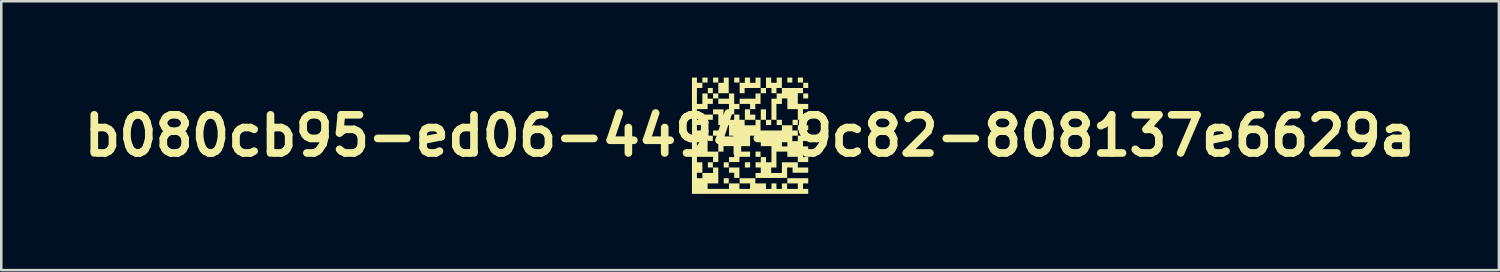
<source format=kicad_pcb>
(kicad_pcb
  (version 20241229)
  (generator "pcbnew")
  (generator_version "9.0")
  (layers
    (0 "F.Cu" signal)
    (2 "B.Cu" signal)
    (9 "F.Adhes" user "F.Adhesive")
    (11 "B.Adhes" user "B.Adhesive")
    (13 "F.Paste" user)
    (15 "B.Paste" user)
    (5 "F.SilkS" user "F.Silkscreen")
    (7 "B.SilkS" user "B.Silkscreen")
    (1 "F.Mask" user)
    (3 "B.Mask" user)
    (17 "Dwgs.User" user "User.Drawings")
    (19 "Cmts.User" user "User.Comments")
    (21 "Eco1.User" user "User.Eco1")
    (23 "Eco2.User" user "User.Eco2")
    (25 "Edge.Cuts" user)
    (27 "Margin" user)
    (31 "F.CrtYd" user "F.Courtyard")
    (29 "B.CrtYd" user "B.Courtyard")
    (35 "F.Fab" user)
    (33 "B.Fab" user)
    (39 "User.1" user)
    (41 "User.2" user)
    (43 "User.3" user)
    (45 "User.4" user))
  (footprint "b080cb95-ed06-4494-9c82-808137e6629a"
    (layer "F.Cu")
    (at 26.443 2.286)
    (property "Reference" "b080cb95-ed06-4494-9c82-808137e6629a" (at 0 0 0) (layer "F.SilkS") (effects (font (size 1.5 1.5) (thickness 0.3))))
    (attr board_only exclude_from_pos_files exclude_from_bom)
    (fp_poly (pts (xy -1.671 -2.188) (xy -1.671 -2.091) (xy -1.773 -2.091) (xy -1.876 -2.091) (xy -1.876 -2.188) (xy -1.876 -2.286) (xy -1.773 -2.286) (xy -1.671 -2.286)) (stroke (width 0) (type solid)) (fill yes) (layer "F.SilkS"))
    (fp_poly (pts (xy -1.671 -0.313) (xy -1.671 -0.215) (xy -1.773 -0.215) (xy -1.876 -0.215) (xy -1.876 -0.313) (xy -1.876 -0.41) (xy -1.773 -0.41) (xy -1.671 -0.41)) (stroke (width 0) (type solid)) (fill yes) (layer "F.SilkS"))
    (fp_poly (pts (xy -1.465 -1.773) (xy -1.465 -1.671) (xy -1.563 -1.671) (xy -1.661 -1.671) (xy -1.661 -1.773) (xy -1.661 -1.876) (xy -1.563 -1.876) (xy -1.465 -1.876)) (stroke (width 0) (type solid)) (fill yes) (layer "F.SilkS"))
    (fp_poly (pts (xy -1.465 0.103) (xy -1.465 0.205) (xy -1.563 0.205) (xy -1.661 0.205) (xy -1.661 0.103) (xy -1.661 0) (xy -1.563 0) (xy -1.465 0)) (stroke (width 0) (type solid)) (fill yes) (layer "F.SilkS"))
    (fp_poly (pts (xy -1.465 1.148) (xy -1.465 1.25) (xy -1.563 1.25) (xy -1.661 1.25) (xy -1.661 1.148) (xy -1.661 1.045) (xy -1.563 1.045) (xy -1.465 1.045)) (stroke (width 0) (type solid)) (fill yes) (layer "F.SilkS"))
    (fp_poly (pts (xy -1.25 -2.188) (xy -1.25 -2.091) (xy -1.353 -2.091) (xy -1.456 -2.091) (xy -1.456 -2.188) (xy -1.456 -2.286) (xy -1.353 -2.286) (xy -1.25 -2.286)) (stroke (width 0) (type solid)) (fill yes) (layer "F.SilkS"))
    (fp_poly (pts (xy -1.25 -1.563) (xy -1.25 -1.465) (xy -1.353 -1.465) (xy -1.456 -1.465) (xy -1.456 -1.563) (xy -1.456 -1.661) (xy -1.353 -1.661) (xy -1.25 -1.661)) (stroke (width 0) (type solid)) (fill yes) (layer "F.SilkS"))
    (fp_poly (pts (xy -0.84 1.148) (xy -0.84 1.25) (xy -0.938 1.25) (xy -1.036 1.25) (xy -1.036 1.148) (xy -1.036 1.045) (xy -0.938 1.045) (xy -0.84 1.045)) (stroke (width 0) (type solid)) (fill yes) (layer "F.SilkS"))
    (fp_poly (pts (xy -0.84 1.773) (xy -0.84 1.876) (xy -0.938 1.876) (xy -1.036 1.876) (xy -1.036 1.773) (xy -1.036 1.671) (xy -0.938 1.671) (xy -0.84 1.671)) (stroke (width 0) (type solid)) (fill yes) (layer "F.SilkS"))
    (fp_poly (pts (xy -0.42 -2.188) (xy -0.42 -2.091) (xy -0.523 -2.091) (xy -0.625 -2.091) (xy -0.625 -2.188) (xy -0.625 -2.286) (xy -0.523 -2.286) (xy -0.42 -2.286)) (stroke (width 0) (type solid)) (fill yes) (layer "F.SilkS"))
    (fp_poly (pts (xy 0 1.148) (xy 0 1.25) (xy -0.103 1.25) (xy -0.205 1.25) (xy -0.205 1.148) (xy -0.205 1.045) (xy -0.103 1.045) (xy 0 1.045)) (stroke (width 0) (type solid)) (fill yes) (layer "F.SilkS"))
    (fp_poly (pts (xy 0.41 0.728) (xy 0.41 0.83) (xy 0.313 0.83) (xy 0.215 0.83) (xy 0.215 0.728) (xy 0.215 0.625) (xy 0.313 0.625) (xy 0.41 0.625)) (stroke (width 0) (type solid)) (fill yes) (layer "F.SilkS"))
    (fp_poly (pts (xy 0.625 -0.83) (xy 0.625 -0.625) (xy 0.523 -0.625) (xy 0.42 -0.625) (xy 0.42 -0.83) (xy 0.42 -1.036) (xy 0.523 -1.036) (xy 0.625 -1.036)) (stroke (width 0) (type solid)) (fill yes) (layer "F.SilkS"))
    (fp_poly (pts (xy 0.83 -0.523) (xy 0.83 -0.42) (xy 0.728 -0.42) (xy 0.625 -0.42) (xy 0.625 -0.523) (xy 0.625 -0.625) (xy 0.728 -0.625) (xy 0.83 -0.625)) (stroke (width 0) (type solid)) (fill yes) (layer "F.SilkS"))
    (fp_poly (pts (xy 1.25 -0.523) (xy 1.25 -0.42) (xy 1.148 -0.42) (xy 1.045 -0.42) (xy 1.045 -0.523) (xy 1.045 -0.625) (xy 1.148 -0.625) (xy 1.25 -0.625)) (stroke (width 0) (type solid)) (fill yes) (layer "F.SilkS"))
    (fp_poly (pts (xy 1.661 -2.188) (xy 1.661 -2.091) (xy 1.563 -2.091) (xy 1.465 -2.091) (xy 1.465 -2.188) (xy 1.465 -2.286) (xy 1.563 -2.286) (xy 1.661 -2.286)) (stroke (width 0) (type solid)) (fill yes) (layer "F.SilkS"))
    (fp_poly (pts (xy 2.081 -2.188) (xy 2.081 -2.091) (xy 1.978 -2.091) (xy 1.876 -2.091) (xy 1.876 -2.188) (xy 1.876 -2.286) (xy 1.978 -2.286) (xy 2.081 -2.286)) (stroke (width 0) (type solid)) (fill yes) (layer "F.SilkS"))
    (fp_poly (pts (xy 2.286 -1.978) (xy 2.286 -1.876) (xy 2.188 -1.876) (xy 2.091 -1.876) (xy 2.091 -1.978) (xy 2.091 -2.081) (xy 2.188 -2.081) (xy 2.286 -2.081)) (stroke (width 0) (type solid)) (fill yes) (layer "F.SilkS"))
    (fp_poly (pts (xy 2.286 -1.563) (xy 2.286 -1.465) (xy 2.188 -1.465) (xy 2.091 -1.465) (xy 2.091 -1.563) (xy 2.091 -1.661) (xy 2.188 -1.661) (xy 2.286 -1.661)) (stroke (width 0) (type solid)) (fill yes) (layer "F.SilkS"))
    (fp_poly (pts (xy 2.286 -0.313) (xy 2.286 -0.215) (xy 2.081 -0.215) (xy 1.876 -0.215) (xy 1.876 -0.313) (xy 1.876 -0.41) (xy 2.081 -0.41) (xy 2.286 -0.41)) (stroke (width 0) (type solid)) (fill yes) (layer "F.SilkS"))
    (fp_poly (pts (xy -0.84 -1.978) (xy -0.84 -1.671) (xy -1.045 -1.671) (xy -1.25 -1.671) (xy -1.25 -1.876) (xy -1.25 -2.081) (xy -1.143 -2.081) (xy -1.036 -2.081) (xy -1.036 -2.183) (xy -1.036 -2.286) (xy -0.938 -2.286) (xy -0.84 -2.286)) (stroke (width 0) (type solid)) (fill yes) (layer "F.SilkS"))
    (fp_poly (pts (xy -0.42 1.456) (xy -0.42 1.661) (xy -0.523 1.661) (xy -0.625 1.661) (xy -0.625 1.558) (xy -0.625 1.456) (xy -0.728 1.456) (xy -0.83 1.456) (xy -0.83 1.353) (xy -0.83 1.25) (xy -0.625 1.25) (xy -0.42 1.25)) (stroke (width 0) (type solid)) (fill yes) (layer "F.SilkS"))
    (fp_poly (pts (xy 0 -0.933) (xy 0 -0.83) (xy 0.103 -0.83) (xy 0.205 -0.83) (xy 0.205 -0.728) (xy 0.205 -0.625) (xy 0 -0.625) (xy -0.205 -0.625) (xy -0.205 -0.83) (xy -0.205 -1.036) (xy -0.103 -1.036) (xy 0 -1.036)) (stroke (width 0) (type solid)) (fill yes) (layer "F.SilkS"))
    (fp_poly (pts (xy 0 0.728) (xy 0 0.83) (xy -0.21 0.83) (xy -0.42 0.83) (xy -0.42 0.933) (xy -0.42 1.036) (xy -0.625 1.036) (xy -0.83 1.036) (xy -0.83 0.938) (xy -0.83 0.84) (xy -0.728 0.84) (xy -0.625 0.84) (xy -0.625 0.733) (xy -0.625 0.625) (xy -0.313 0.625) (xy 0 0.625)) (stroke (width 0) (type solid)) (fill yes) (layer "F.SilkS"))
    (fp_poly (pts (xy 0.41 -1.456) (xy 0.41 -1.25) (xy 0.308 -1.25) (xy 0.205 -1.25) (xy 0.205 -1.148) (xy 0.205 -1.045) (xy 0.103 -1.045) (xy 0 -1.045) (xy 0 -1.148) (xy 0 -1.25) (xy -0.205 -1.25) (xy -0.41 -1.25) (xy -0.41 -1.353) (xy -0.41 -1.456) (xy -0.098 -1.456) (xy 0.215 -1.456) (xy 0.215 -1.558) (xy 0.215 -1.661) (xy 0.313 -1.661) (xy 0.41 -1.661)) (stroke (width 0) (type solid)) (fill yes) (layer "F.SilkS"))
    (fp_poly (pts (xy -0.625 -1.456) (xy -0.625 -1.25) (xy -0.523 -1.25) (xy -0.42 -1.25) (xy -0.42 -1.148) (xy -0.42 -1.045) (xy -0.523 -1.045) (xy -0.625 -1.045) (xy -0.625 -0.943) (xy -0.625 -0.84) (xy -0.728 -0.84) (xy -0.83 -0.84) (xy -0.83 -1.045) (xy -0.83 -1.25) (xy -1.04 -1.25) (xy -1.25 -1.25) (xy -1.25 -1.353) (xy -1.25 -1.456) (xy -1.04 -1.456) (xy -0.83 -1.456) (xy -0.83 -1.558) (xy -0.83 -1.661) (xy -0.728 -1.661) (xy -0.625 -1.661)) (stroke (width 0) (type solid)) (fill yes) (layer "F.SilkS"))
    (fp_poly (pts (xy 0 -2.183) (xy 0 -2.081) (xy 0.107 -2.081) (xy 0.215 -2.081) (xy 0.215 -2.183) (xy 0.215 -2.286) (xy 0.313 -2.286) (xy 0.41 -2.286) (xy 0.41 -2.081) (xy 0.41 -1.876) (xy 0.098 -1.876) (xy -0.215 -1.876) (xy -0.215 -1.773) (xy -0.215 -1.671) (xy -0.313 -1.671) (xy -0.41 -1.671) (xy -0.41 -1.876) (xy -0.41 -2.081) (xy -0.308 -2.081) (xy -0.205 -2.081) (xy -0.205 -2.183) (xy -0.205 -2.286) (xy -0.103 -2.286) (xy 0 -2.286)) (stroke (width 0) (type solid)) (fill yes) (layer "F.SilkS"))
    (fp_poly (pts (xy 0.83 -2.183) (xy 0.83 -2.081) (xy 0.938 -2.081) (xy 1.045 -2.081) (xy 1.045 -2.183) (xy 1.045 -2.286) (xy 1.148 -2.286) (xy 1.25 -2.286) (xy 1.25 -2.081) (xy 1.25 -1.876) (xy 1.143 -1.876) (xy 1.036 -1.876) (xy 1.036 -1.773) (xy 1.036 -1.671) (xy 0.938 -1.671) (xy 0.84 -1.671) (xy 0.84 -1.773) (xy 0.84 -1.876) (xy 0.733 -1.876) (xy 0.625 -1.876) (xy 0.625 -1.773) (xy 0.625 -1.671) (xy 0.523 -1.671) (xy 0.42 -1.671) (xy 0.42 -1.773) (xy 0.42 -1.876) (xy 0.523 -1.876) (xy 0.625 -1.876) (xy 0.625 -2.081) (xy 0.625 -2.286) (xy 0.728 -2.286) (xy 0.83 -2.286)) (stroke (width 0) (type solid)) (fill yes) (layer "F.SilkS"))
    (fp_poly (pts (xy 2.081 -1.773) (xy 2.081 -1.671) (xy 1.978 -1.671) (xy 1.876 -1.671) (xy 1.876 -1.46) (xy 1.876 -1.25) (xy 2.081 -1.25) (xy 2.286 -1.25) (xy 2.286 -1.148) (xy 2.286 -1.045) (xy 2.183 -1.045) (xy 2.081 -1.045) (xy 2.081 -0.938) (xy 2.081 -0.83) (xy 2.183 -0.83) (xy 2.286 -0.83) (xy 2.286 -0.728) (xy 2.286 -0.625) (xy 2.081 -0.625) (xy 1.876 -0.625) (xy 1.876 -0.523) (xy 1.876 -0.42) (xy 1.773 -0.42) (xy 1.671 -0.42) (xy 1.671 -0.523) (xy 1.671 -0.625) (xy 1.773 -0.625) (xy 1.876 -0.625) (xy 1.876 -0.835) (xy 1.876 -1.045) (xy 1.671 -1.045) (xy 1.465 -1.045) (xy 1.465 -1.255) (xy 1.465 -1.465) (xy 1.358 -1.465) (xy 1.25 -1.465) (xy 1.25 -1.358) (xy 1.25 -1.25) (xy 1.143 -1.25) (xy 1.036 -1.25) (xy 1.036 -0.938) (xy 1.036 -0.625) (xy 0.938 -0.625) (xy 0.84 -0.625) (xy 0.84 -1.04) (xy 0.84 -1.456) (xy 0.943 -1.456) (xy 1.045 -1.456) (xy 1.045 -1.558) (xy 1.045 -1.661) (xy 1.148 -1.661) (xy 1.25 -1.661) (xy 1.25 -1.768) (xy 1.25 -1.876) (xy 1.666 -1.876) (xy 2.081 -1.876)) (stroke (width 0) (type solid)) (fill yes) (layer "F.SilkS"))
    (fp_poly (pts (xy -1.045 -0.933) (xy -1.045 -0.83) (xy -0.943 -0.83) (xy -0.84 -0.83) (xy -0.84 -0.728) (xy -0.84 -0.625) (xy -0.733 -0.625) (xy -0.625 -0.625) (xy -0.625 -0.728) (xy -0.625 -0.83) (xy -0.523 -0.83) (xy -0.42 -0.83) (xy -0.42 -0.728) (xy -0.42 -0.625) (xy -0.318 -0.625) (xy -0.215 -0.625) (xy -0.215 -0.518) (xy -0.215 -0.41) (xy 0 -0.41) (xy 0.215 -0.41) (xy 0.215 -0.518) (xy 0.215 -0.625) (xy 0.313 -0.625) (xy 0.41 -0.625) (xy 0.41 -0.415) (xy 0.41 -0.205) (xy 0.83 -0.205) (xy 1.25 -0.205) (xy 1.25 -0.308) (xy 1.25 -0.41) (xy 1.456 -0.41) (xy 1.661 -0.41) (xy 1.661 -0.308) (xy 1.661 -0.205) (xy 1.768 -0.205) (xy 1.876 -0.205) (xy 1.876 -0.103) (xy 1.876 0) (xy 1.768 0) (xy 1.661 0) (xy 1.661 0.107) (xy 1.661 0.215) (xy 1.768 0.215) (xy 1.876 0.215) (xy 1.876 0.107) (xy 1.876 0) (xy 2.081 0) (xy 2.286 0) (xy 2.286 0.103) (xy 2.286 0.205) (xy 2.183 0.205) (xy 2.081 0.205) (xy 2.081 0.313) (xy 2.081 0.42) (xy 2.183 0.42) (xy 2.286 0.42) (xy 2.286 0.523) (xy 2.286 0.625) (xy 2.183 0.625) (xy 2.081 0.625) (xy 2.081 0.733) (xy 2.081 0.84) (xy 2.183 0.84) (xy 2.286 0.84) (xy 2.286 0.938) (xy 2.286 1.036) (xy 2.081 1.036) (xy 1.876 1.036) (xy 1.876 0.933) (xy 1.876 0.83) (xy 1.671 0.83) (xy 1.465 0.83) (xy 1.465 0.728) (xy 1.465 0.625) (xy 1.25 0.625) (xy 1.036 0.625) (xy 1.036 0.938) (xy 1.036 1.25) (xy 0.933 1.25) (xy 0.83 1.25) (xy 0.83 1.358) (xy 0.83 1.465) (xy 1.04 1.465) (xy 1.25 1.465) (xy 1.25 1.255) (xy 1.25 1.045) (xy 1.563 1.045) (xy 1.876 1.045) (xy 1.876 1.148) (xy 1.876 1.25) (xy 2.081 1.25) (xy 2.286 1.25) (xy 2.286 1.353) (xy 2.286 1.456) (xy 1.978 1.456) (xy 1.671 1.456) (xy 1.671 1.353) (xy 1.671 1.25) (xy 1.563 1.25) (xy 1.456 1.25) (xy 1.456 1.456) (xy 1.456 1.661) (xy 0.835 1.661) (xy 0.215 1.661) (xy 0.215 1.563) (xy 0.215 1.465) (xy 0.318 1.465) (xy 0.42 1.465) (xy 0.42 1.358) (xy 0.42 1.25) (xy 0.318 1.25) (xy 0.215 1.25) (xy 0.215 1.148) (xy 0.215 1.045) (xy 0.318 1.045) (xy 0.42 1.045) (xy 0.42 0.943) (xy 0.42 0.84) (xy 0.523 0.84) (xy 0.625 0.84) (xy 0.625 0.943) (xy 0.625 1.045) (xy 0.733 1.045) (xy 0.84 1.045) (xy 0.84 0.728) (xy 0.84 0.41) (xy 0.63 0.41) (xy 0.42 0.41) (xy 0.42 0.313) (xy 0.42 0.215) (xy 0.523 0.215) (xy 0.625 0.215) (xy 0.625 0.21) (xy 1.25 0.21) (xy 1.25 0.42) (xy 1.358 0.42) (xy 1.465 0.42) (xy 1.465 0.21) (xy 1.465 0) (xy 1.358 0) (xy 1.25 0) (xy 1.25 0.21) (xy 0.625 0.21) (xy 0.625 0.107) (xy 0.625 0) (xy 0.313 0) (xy 0 0) (xy 0 0.205) (xy 0 0.41) (xy -0.205 0.41) (xy -0.41 0.41) (xy -0.41 0.308) (xy -0.41 0.205) (xy -0.518 0.205) (xy -0.625 0.205) (xy -0.625 0.103) (xy -0.625 0) (xy -0.728 0) (xy -0.83 0) (xy -0.83 -0.21) (xy -0.625 -0.21) (xy -0.625 0) (xy -0.518 0) (xy -0.41 0) (xy -0.41 -0.21) (xy -0.41 -0.42) (xy -0.518 -0.42) (xy -0.625 -0.42) (xy -0.625 -0.21) (xy -0.83 -0.21) (xy -0.83 -0.42) (xy -1.04 -0.42) (xy -1.25 -0.42) (xy -1.25 -0.63) (xy -1.25 -0.84) (xy -1.353 -0.84) (xy -1.456 -0.84) (xy -1.456 -0.938) (xy -1.456 -1.036) (xy -1.25 -1.036) (xy -1.045 -1.036)) (stroke (width 0) (type solid)) (fill yes) (layer "F.SilkS"))
    (fp_poly (pts (xy -2.091 -2.183) (xy -2.091 -2.081) (xy -1.983 -2.081) (xy -1.876 -2.081) (xy -1.876 -1.978) (xy -1.876 -1.876) (xy -1.983 -1.876) (xy -2.091 -1.876) (xy -2.091 -1.563) (xy -2.091 -1.25) (xy -1.983 -1.25) (xy -1.876 -1.25) (xy -1.876 -1.456) (xy -1.876 -1.661) (xy -1.773 -1.661) (xy -1.671 -1.661) (xy -1.671 -1.558) (xy -1.671 -1.456) (xy -1.568 -1.456) (xy -1.465 -1.456) (xy -1.465 -1.353) (xy -1.465 -1.25) (xy -1.568 -1.25) (xy -1.671 -1.25) (xy -1.671 -1.148) (xy -1.671 -1.045) (xy -1.881 -1.045) (xy -2.091 -1.045) (xy -2.091 -0.835) (xy -2.091 -0.625) (xy -1.983 -0.625) (xy -1.876 -0.625) (xy -1.876 -0.728) (xy -1.876 -0.83) (xy -1.671 -0.83) (xy -1.465 -0.83) (xy -1.465 -0.728) (xy -1.465 -0.625) (xy -1.671 -0.625) (xy -1.876 -0.625) (xy -1.876 -0.523) (xy -1.876 -0.42) (xy -1.983 -0.42) (xy -2.091 -0.42) (xy -2.091 -0.313) (xy -2.091 -0.205) (xy -1.983 -0.205) (xy -1.876 -0.205) (xy -1.876 0) (xy -1.876 0.205) (xy -1.983 0.205) (xy -2.091 0.205) (xy -2.091 0.415) (xy -2.091 0.625) (xy -1.983 0.625) (xy -1.876 0.625) (xy -1.876 0.42) (xy -1.876 0.215) (xy -1.773 0.215) (xy -1.671 0.215) (xy -1.671 0.42) (xy -1.671 0.625) (xy -1.46 0.625) (xy -1.25 0.625) (xy -1.25 0.313) (xy -1.25 0) (xy -1.353 0) (xy -1.456 0) (xy -1.456 -0.103) (xy -1.456 -0.205) (xy -1.25 -0.205) (xy -1.045 -0.205) (xy -1.045 0.005) (xy -1.045 0.215) (xy -0.835 0.215) (xy -0.625 0.215) (xy -0.625 0.313) (xy -0.625 0.41) (xy -0.835 0.41) (xy -1.045 0.41) (xy -1.045 0.518) (xy -1.045 0.625) (xy -1.148 0.625) (xy -1.25 0.625) (xy -1.25 0.83) (xy -1.25 1.036) (xy -1.353 1.036) (xy -1.456 1.036) (xy -1.456 0.933) (xy -1.456 0.83) (xy -1.773 0.83) (xy -2.091 0.83) (xy -2.091 0.938) (xy -2.091 1.045) (xy -1.983 1.045) (xy -1.876 1.045) (xy -1.876 1.25) (xy -1.876 1.456) (xy -1.983 1.456) (xy -2.091 1.456) (xy -2.091 1.563) (xy -2.091 1.671) (xy -1.983 1.671) (xy -1.876 1.671) (xy -1.876 1.568) (xy -1.876 1.465) (xy -1.666 1.465) (xy -1.456 1.465) (xy -1.456 1.358) (xy -1.456 1.25) (xy -1.353 1.25) (xy -1.25 1.25) (xy -1.25 1.563) (xy -1.25 1.876) (xy -1.46 1.876) (xy -1.671 1.876) (xy -1.671 1.983) (xy -1.671 2.091) (xy -1.25 2.091) (xy -0.83 2.091) (xy -0.83 1.983) (xy -0.83 1.876) (xy -0.625 1.876) (xy -0.42 1.876) (xy -0.42 1.983) (xy -0.42 2.091) (xy -0.21 2.091) (xy 0 2.091) (xy 0 1.983) (xy 0 1.876) (xy -0.205 1.876) (xy -0.41 1.876) (xy -0.41 1.773) (xy -0.41 1.671) (xy -0.103 1.671) (xy 0.205 1.671) (xy 0.205 1.773) (xy 0.205 1.876) (xy 0.415 1.876) (xy 0.625 1.876) (xy 0.625 1.983) (xy 0.625 2.091) (xy 0.733 2.091) (xy 0.84 2.091) (xy 0.84 1.983) (xy 0.84 1.876) (xy 0.938 1.876) (xy 1.036 1.876) (xy 1.036 1.983) (xy 1.036 2.091) (xy 1.143 2.091) (xy 1.25 2.091) (xy 1.25 1.983) (xy 1.25 1.876) (xy 1.353 1.876) (xy 1.456 1.876) (xy 1.456 1.983) (xy 1.456 2.091) (xy 1.666 2.091) (xy 1.876 2.091) (xy 1.876 1.983) (xy 1.876 1.876) (xy 1.671 1.876) (xy 1.465 1.876) (xy 1.465 1.773) (xy 1.465 1.671) (xy 1.876 1.671) (xy 2.286 1.671) (xy 2.286 1.773) (xy 2.286 1.876) (xy 2.183 1.876) (xy 2.081 1.876) (xy 2.081 1.983) (xy 2.081 2.091) (xy 2.183 2.091) (xy 2.286 2.091) (xy 2.286 2.188) (xy 2.286 2.286) (xy 0 2.286) (xy -2.286 2.286) (xy -2.286 0) (xy -2.286 -2.286) (xy -2.188 -2.286) (xy -2.091 -2.286)) (stroke (width 0) (type solid)) (fill yes) (layer "F.SilkS")))
  (gr_rect
    (start -3 -3)
    (end 55.886 7.572)
    (stroke (width 0.1) (type default))
    (fill no)
    (layer "Edge.Cuts")))
</source>
